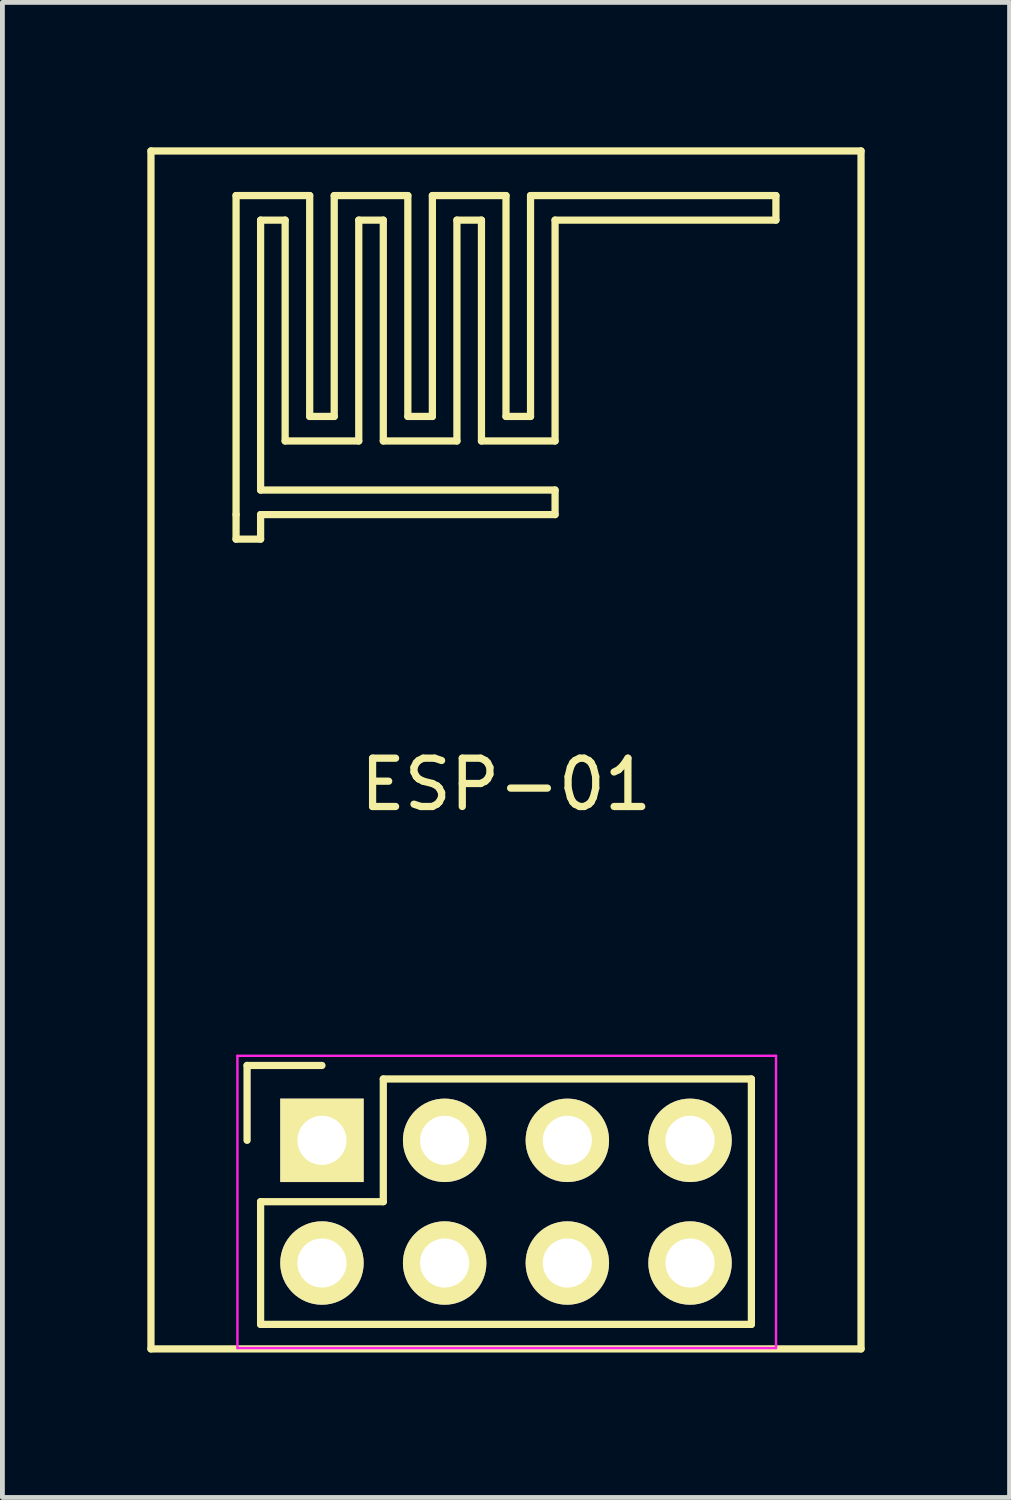
<source format=kicad_pcb>
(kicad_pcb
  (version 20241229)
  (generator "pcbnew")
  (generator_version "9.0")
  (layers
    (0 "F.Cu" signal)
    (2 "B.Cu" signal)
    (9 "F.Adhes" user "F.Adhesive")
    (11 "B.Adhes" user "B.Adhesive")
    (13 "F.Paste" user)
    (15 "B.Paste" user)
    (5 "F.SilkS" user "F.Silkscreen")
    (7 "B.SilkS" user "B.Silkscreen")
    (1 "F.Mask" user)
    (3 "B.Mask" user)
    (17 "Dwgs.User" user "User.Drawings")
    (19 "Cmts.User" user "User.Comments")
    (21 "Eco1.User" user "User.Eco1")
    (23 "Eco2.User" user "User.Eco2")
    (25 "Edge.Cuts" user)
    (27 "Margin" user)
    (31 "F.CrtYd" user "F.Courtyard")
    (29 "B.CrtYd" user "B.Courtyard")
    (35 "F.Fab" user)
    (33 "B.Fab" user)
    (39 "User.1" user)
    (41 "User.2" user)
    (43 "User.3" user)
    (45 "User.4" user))
  (footprint "ESP-01"
    (layer "F.Cu")
    (at 7.425 21.827)
    (property "Reference" "ESP-01" (at 0 -8.636 0) (layer "F.SilkS") (effects (font (size 1 1) (thickness 0.15))))
    (attr through_hole)
    (fp_line (start -7.35 -21.752) (end 7.35 -21.752) (stroke (width 0.15) (type solid)) (layer "F.SilkS"))
    (fp_line (start -7.35 3.048) (end -7.35 -21.752) (stroke (width 0.15) (type solid)) (layer "F.SilkS"))
    (fp_line (start -7.35 3.048) (end 7.35 3.048) (stroke (width 0.15) (type solid)) (layer "F.SilkS"))
    (fp_line (start -5.588 -20.828) (end -4.064 -20.828) (stroke (width 0.15) (type solid)) (layer "F.SilkS"))
    (fp_line (start -5.588 -14.224) (end -5.588 -20.828) (stroke (width 0.15) (type solid)) (layer "F.SilkS"))
    (fp_line (start -5.588 -13.716) (end -5.588 -14.224) (stroke (width 0.15) (type solid)) (layer "F.SilkS"))
    (fp_line (start -5.36 -2.82) (end -5.36 -1.27) (stroke (width 0.15) (type solid)) (layer "F.SilkS"))
    (fp_line (start -5.08 -20.32) (end -5.08 -14.732) (stroke (width 0.15) (type solid)) (layer "F.SilkS"))
    (fp_line (start -5.08 -14.732) (end 1.016 -14.732) (stroke (width 0.15) (type solid)) (layer "F.SilkS"))
    (fp_line (start -5.08 -14.224) (end -5.08 -13.716) (stroke (width 0.15) (type solid)) (layer "F.SilkS"))
    (fp_line (start -5.08 -13.716) (end -5.588 -13.716) (stroke (width 0.15) (type solid)) (layer "F.SilkS"))
    (fp_line (start -5.08 0) (end -2.54 0) (stroke (width 0.15) (type solid)) (layer "F.SilkS"))
    (fp_line (start -5.08 2.54) (end -5.08 0) (stroke (width 0.15) (type solid)) (layer "F.SilkS"))
    (fp_line (start -4.572 -20.32) (end -5.08 -20.32) (stroke (width 0.15) (type solid)) (layer "F.SilkS"))
    (fp_line (start -4.572 -15.748) (end -4.572 -20.32) (stroke (width 0.15) (type solid)) (layer "F.SilkS"))
    (fp_line (start -4.064 -20.828) (end -4.064 -16.256) (stroke (width 0.15) (type solid)) (layer "F.SilkS"))
    (fp_line (start -4.064 -16.256) (end -3.556 -16.256) (stroke (width 0.15) (type solid)) (layer "F.SilkS"))
    (fp_line (start -3.81 -2.82) (end -5.36 -2.82) (stroke (width 0.15) (type solid)) (layer "F.SilkS"))
    (fp_line (start -3.556 -20.828) (end -2.032 -20.828) (stroke (width 0.15) (type solid)) (layer "F.SilkS"))
    (fp_line (start -3.556 -16.256) (end -3.556 -20.828) (stroke (width 0.15) (type solid)) (layer "F.SilkS"))
    (fp_line (start -3.048 -20.32) (end -3.048 -15.748) (stroke (width 0.15) (type solid)) (layer "F.SilkS"))
    (fp_line (start -3.048 -15.748) (end -4.572 -15.748) (stroke (width 0.15) (type solid)) (layer "F.SilkS"))
    (fp_line (start -2.54 -20.32) (end -3.048 -20.32) (stroke (width 0.15) (type solid)) (layer "F.SilkS"))
    (fp_line (start -2.54 -15.748) (end -2.54 -20.32) (stroke (width 0.15) (type solid)) (layer "F.SilkS"))
    (fp_line (start -2.54 -2.54) (end 5.08 -2.54) (stroke (width 0.15) (type solid)) (layer "F.SilkS"))
    (fp_line (start -2.54 0) (end -2.54 -2.54) (stroke (width 0.15) (type solid)) (layer "F.SilkS"))
    (fp_line (start -2.032 -20.828) (end -2.032 -16.256) (stroke (width 0.15) (type solid)) (layer "F.SilkS"))
    (fp_line (start -2.032 -16.256) (end -1.524 -16.256) (stroke (width 0.15) (type solid)) (layer "F.SilkS"))
    (fp_line (start -1.524 -20.828) (end 0 -20.828) (stroke (width 0.15) (type solid)) (layer "F.SilkS"))
    (fp_line (start -1.524 -16.256) (end -1.524 -20.828) (stroke (width 0.15) (type solid)) (layer "F.SilkS"))
    (fp_line (start -1.016 -20.32) (end -1.016 -15.748) (stroke (width 0.15) (type solid)) (layer "F.SilkS"))
    (fp_line (start -1.016 -15.748) (end -2.54 -15.748) (stroke (width 0.15) (type solid)) (layer "F.SilkS"))
    (fp_line (start -0.508 -20.32) (end -1.016 -20.32) (stroke (width 0.15) (type solid)) (layer "F.SilkS"))
    (fp_line (start -0.508 -15.748) (end -0.508 -20.32) (stroke (width 0.15) (type solid)) (layer "F.SilkS"))
    (fp_line (start 0 -20.828) (end 0 -16.256) (stroke (width 0.15) (type solid)) (layer "F.SilkS"))
    (fp_line (start 0 -16.256) (end 0.508 -16.256) (stroke (width 0.15) (type solid)) (layer "F.SilkS"))
    (fp_line (start 0.508 -20.828) (end 5.588 -20.828) (stroke (width 0.15) (type solid)) (layer "F.SilkS"))
    (fp_line (start 0.508 -16.256) (end 0.508 -20.828) (stroke (width 0.15) (type solid)) (layer "F.SilkS"))
    (fp_line (start 1.016 -20.32) (end 1.016 -15.748) (stroke (width 0.15) (type solid)) (layer "F.SilkS"))
    (fp_line (start 1.016 -15.748) (end -0.508 -15.748) (stroke (width 0.15) (type solid)) (layer "F.SilkS"))
    (fp_line (start 1.016 -14.732) (end 1.016 -14.224) (stroke (width 0.15) (type solid)) (layer "F.SilkS"))
    (fp_line (start 1.016 -14.224) (end -5.08 -14.224) (stroke (width 0.15) (type solid)) (layer "F.SilkS"))
    (fp_line (start 5.08 -2.54) (end 5.08 2.54) (stroke (width 0.15) (type solid)) (layer "F.SilkS"))
    (fp_line (start 5.08 2.54) (end -5.08 2.54) (stroke (width 0.15) (type solid)) (layer "F.SilkS"))
    (fp_line (start 5.588 -20.828) (end 5.588 -20.32) (stroke (width 0.15) (type solid)) (layer "F.SilkS"))
    (fp_line (start 5.588 -20.32) (end 1.016 -20.32) (stroke (width 0.15) (type solid)) (layer "F.SilkS"))
    (fp_line (start 7.35 3.048) (end 7.35 -21.752) (stroke (width 0.15) (type solid)) (layer "F.SilkS"))
    (fp_line (start -5.56 -3.02) (end -5.56 3.03) (stroke (width 0.05) (type solid)) (layer "F.CrtYd"))
    (fp_line (start -5.56 -3.02) (end 5.59 -3.02) (stroke (width 0.05) (type solid)) (layer "F.CrtYd"))
    (fp_line (start -5.56 3.03) (end 5.59 3.03) (stroke (width 0.05) (type solid)) (layer "F.CrtYd"))
    (fp_line (start 5.59 -3.02) (end 5.59 3.03) (stroke (width 0.05) (type solid)) (layer "F.CrtYd"))
    (pad "1" thru_hole rect (at -3.81 -1.27) (size 1.727 1.727) (drill 1.016) (layers "*.Cu" "*.Mask" "F.SilkS"))
    (pad "2" thru_hole oval (at -3.81 1.27) (size 1.727 1.727) (drill 1.016) (layers "*.Cu" "*.Mask" "F.SilkS"))
    (pad "3" thru_hole oval (at -1.27 -1.27) (size 1.727 1.727) (drill 1.016) (layers "*.Cu" "*.Mask" "F.SilkS"))
    (pad "4" thru_hole oval (at -1.27 1.27) (size 1.727 1.727) (drill 1.016) (layers "*.Cu" "*.Mask" "F.SilkS"))
    (pad "5" thru_hole oval (at 1.27 -1.27) (size 1.727 1.727) (drill 1.016) (layers "*.Cu" "*.Mask" "F.SilkS"))
    (pad "6" thru_hole oval (at 1.27 1.27) (size 1.727 1.727) (drill 1.016) (layers "*.Cu" "*.Mask" "F.SilkS"))
    (pad "7" thru_hole oval (at 3.81 -1.27) (size 1.727 1.727) (drill 1.016) (layers "*.Cu" "*.Mask" "F.SilkS"))
    (pad "8" thru_hole oval (at 3.81 1.27) (size 1.727 1.727) (drill 1.016) (layers "*.Cu" "*.Mask" "F.SilkS")))
  (gr_rect
    (start -3 -3)
    (end 17.85 27.95)
    (stroke (width 0.1) (type default))
    (fill no)
    (layer "Edge.Cuts")))
</source>
